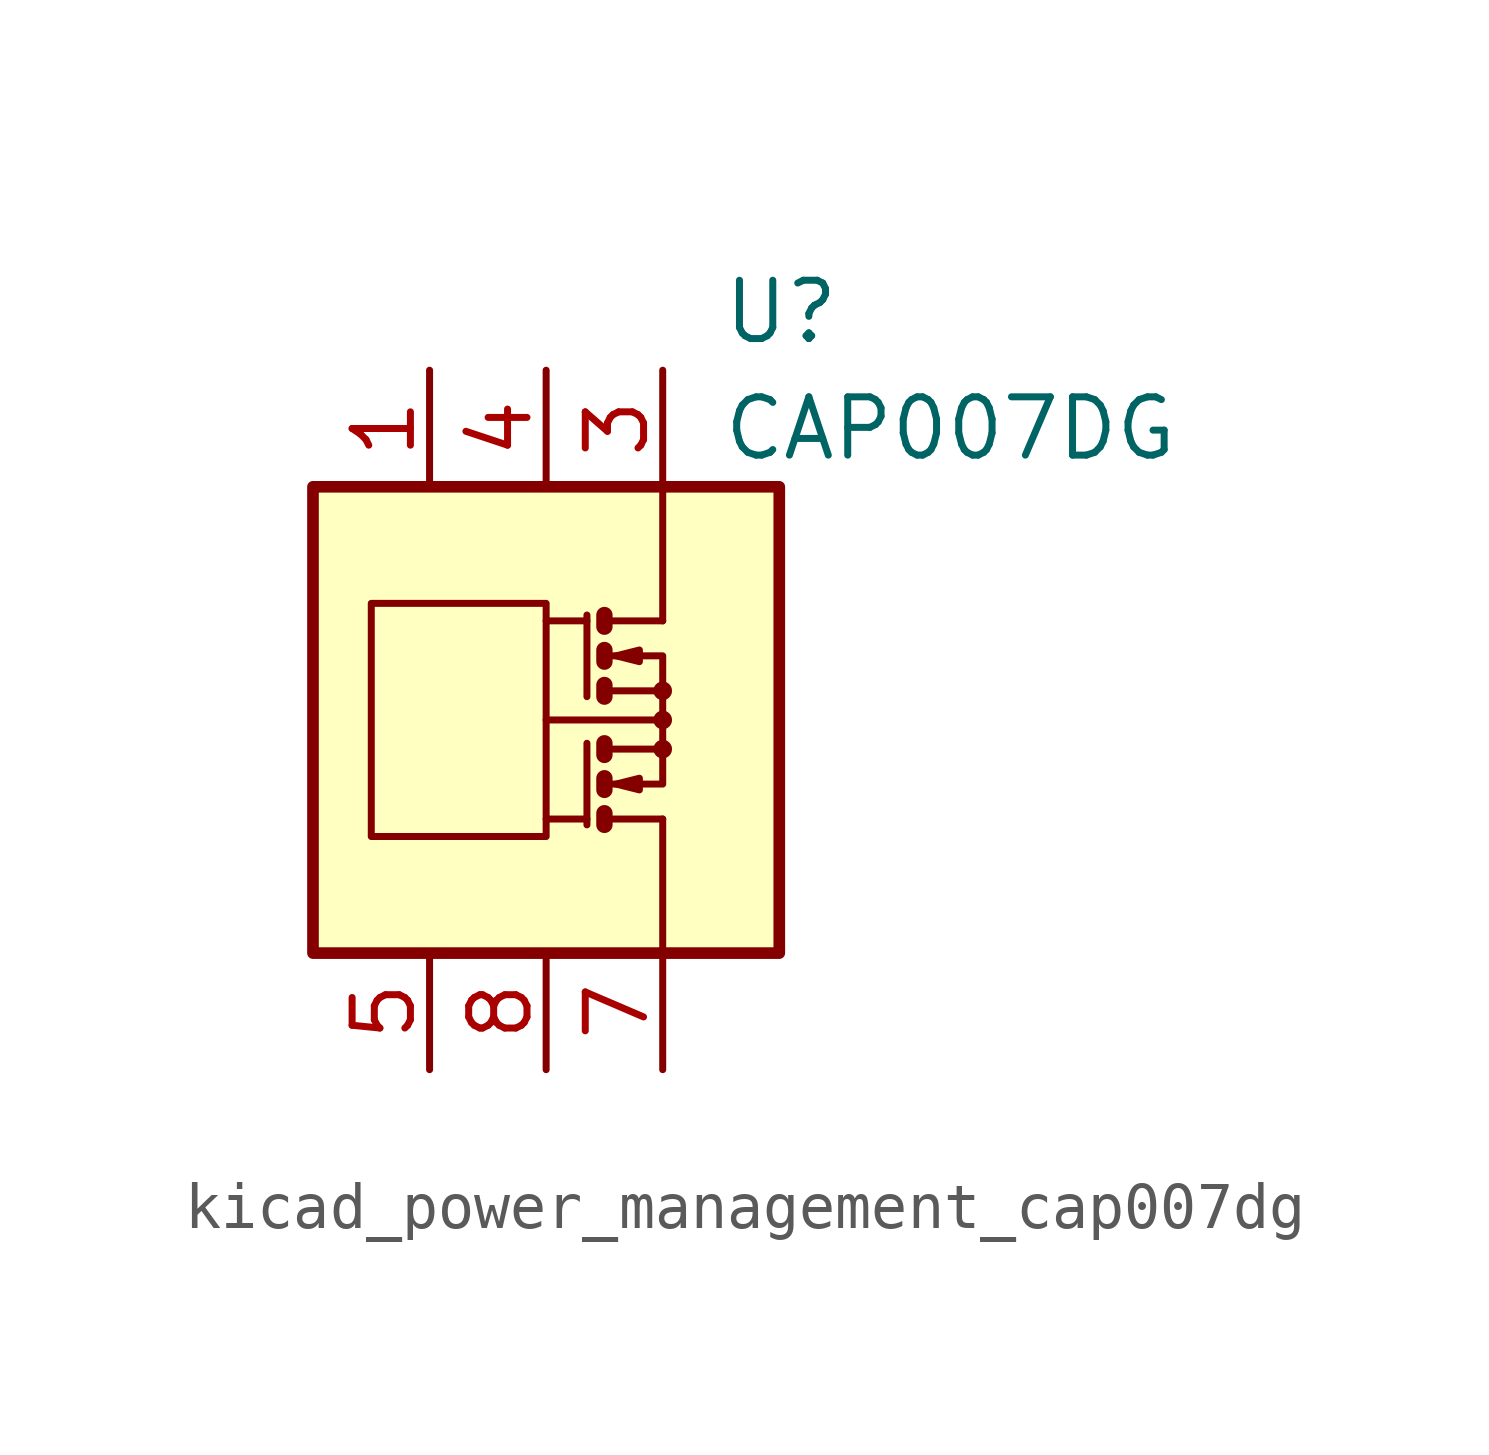
<source format=kicad_sym>
(kicad_symbol_lib
  (version 20220914)
  (generator kicad_symbol_editor)
  (symbol "kicad_power_management_cap007dg"
    (pin_names
      (offset 1.27))
    (property "Reference" "U"
      (at 3.81 8.89 0)
      (effects (font (size 1.27 1.27)) (justify left)))
    (property "Value" "CAP007DG"
      (at 3.81 6.35 0)
      (effects (font (size 1.27 1.27)) (justify left)))
    (symbol "kicad_power_management_cap007dg_0_1"
      (rectangle (start -5.08 5.08) (end 5.08 -5.08) (stroke (width 0.254) (type default)) (fill (type background)))
      (rectangle (start -3.81 2.54) (end 0 -2.54) (stroke (width 0) (type default)) (fill (type none)))
      (polyline (pts (xy 0.889 -2.159) (xy 0 -2.159)) (stroke (width 0) (type default)) (fill (type none)))
      (polyline (pts (xy 0.889 -0.508) (xy 0.889 -2.286)) (stroke (width 0) (type default)) (fill (type none)))
      (polyline (pts (xy 0.889 2.159) (xy 0 2.159)) (stroke (width 0) (type default)) (fill (type none)))
      (polyline (pts (xy 0.889 2.286) (xy 0.889 0.508)) (stroke (width 0) (type default)) (fill (type none)))
      (polyline (pts (xy 1.27 -2.159) (xy 2.54 -2.159)) (stroke (width 0) (type default)) (fill (type none)))
      (polyline (pts (xy 1.27 2.159) (xy 2.54 2.159)) (stroke (width 0) (type default)) (fill (type none)))
      (polyline (pts (xy 2.413 0) (xy 0 0)) (stroke (width 0) (type default)) (fill (type none)))
      (polyline (pts (xy 2.54 -2.159) (xy 2.54 -5.08)) (stroke (width 0) (type default)) (fill (type none)))
      (polyline (pts (xy 1.27 -2.032) (xy 1.27 -2.286) (xy 1.27 -2.286)) (stroke (width 0.356) (type default)) (fill (type none)))
      (polyline (pts (xy 1.27 -1.27) (xy 1.27 -1.524) (xy 1.27 -1.524)) (stroke (width 0.356) (type default)) (fill (type none)))
      (polyline (pts (xy 1.27 0.762) (xy 1.27 0.508) (xy 1.27 0.508)) (stroke (width 0.356) (type default)) (fill (type none)))
      (polyline (pts (xy 1.27 1.524) (xy 1.27 1.27) (xy 1.27 1.27)) (stroke (width 0.356) (type default)) (fill (type none)))
      (polyline (pts (xy 1.27 2.286) (xy 1.27 2.032) (xy 1.27 2.032)) (stroke (width 0.356) (type default)) (fill (type none)))
      (polyline (pts (xy 1.397 -1.397) (xy 2.54 -1.397) (xy 2.54 -0.635)) (stroke (width 0) (type default)) (fill (type none)))
      (polyline (pts (xy 1.397 1.397) (xy 2.54 1.397) (xy 2.54 0.635)) (stroke (width 0) (type default)) (fill (type none)))
      (polyline (pts (xy 2.54 2.159) (xy 2.54 5.08) (xy 2.54 3.175)) (stroke (width 0) (type default)) (fill (type none)))
      (polyline (pts (xy 1.397 -0.635) (xy 2.54 -0.635) (xy 2.54 0.635) (xy 1.397 0.635)) (stroke (width 0) (type default)) (fill (type none)))
      (polyline (pts (xy 1.524 -1.397) (xy 2.032 -1.27) (xy 2.032 -1.524) (xy 1.524 -1.397)) (stroke (width 0) (type default)) (fill (type none)))
      (polyline (pts (xy 1.524 1.397) (xy 2.032 1.524) (xy 2.032 1.27) (xy 1.524 1.397)) (stroke (width 0) (type default)) (fill (type none)))
      (circle (center 2.54 -0.635) (radius 0.127) (stroke (width 0) (type default)) (fill (type none)))
      (circle (center 2.54 0) (radius 0.127) (stroke (width 0) (type default)) (fill (type none)))
      (circle (center 2.54 0.635) (radius 0.127) (stroke (width 0) (type default)) (fill (type none))))
    (symbol "kicad_power_management_cap007dg_1_1"
      (polyline (pts (xy 1.27 -0.508) (xy 1.27 -0.762)) (stroke (width 0.356) (type default)) (fill (type none)))
      (pin passive line (at -2.54 7.62 270) (length 2.54) (name "~" (effects (font (size 1.27 1.27)))) (number "1" (effects (font (size 1.27 1.27)))))
      (pin passive line (at 2.54 7.62 270) (length 2.54) hide (name "~" (effects (font (size 1.27 1.27)))) (number "2" (effects (font (size 1.27 1.27)))))
      (pin passive line (at 2.54 7.62 270) (length 2.54) (name "~" (effects (font (size 1.27 1.27)))) (number "3" (effects (font (size 1.27 1.27)))))
      (pin passive line (at 0 7.62 270) (length 2.54) (name "~" (effects (font (size 1.27 1.27)))) (number "4" (effects (font (size 1.27 1.27)))))
      (pin passive line (at -2.54 -7.62 90) (length 2.54) (name "~" (effects (font (size 1.27 1.27)))) (number "5" (effects (font (size 1.27 1.27)))))
      (pin passive line (at 2.54 -7.62 90) (length 2.54) hide (name "~" (effects (font (size 1.27 1.27)))) (number "6" (effects (font (size 1.27 1.27)))))
      (pin passive line (at 2.54 -7.62 90) (length 2.54) (name "~" (effects (font (size 1.27 1.27)))) (number "7" (effects (font (size 1.27 1.27)))))
      (pin passive line (at 0 -7.62 90) (length 2.54) (name "~" (effects (font (size 1.27 1.27)))) (number "8" (effects (font (size 1.27 1.27))))))))
</source>
